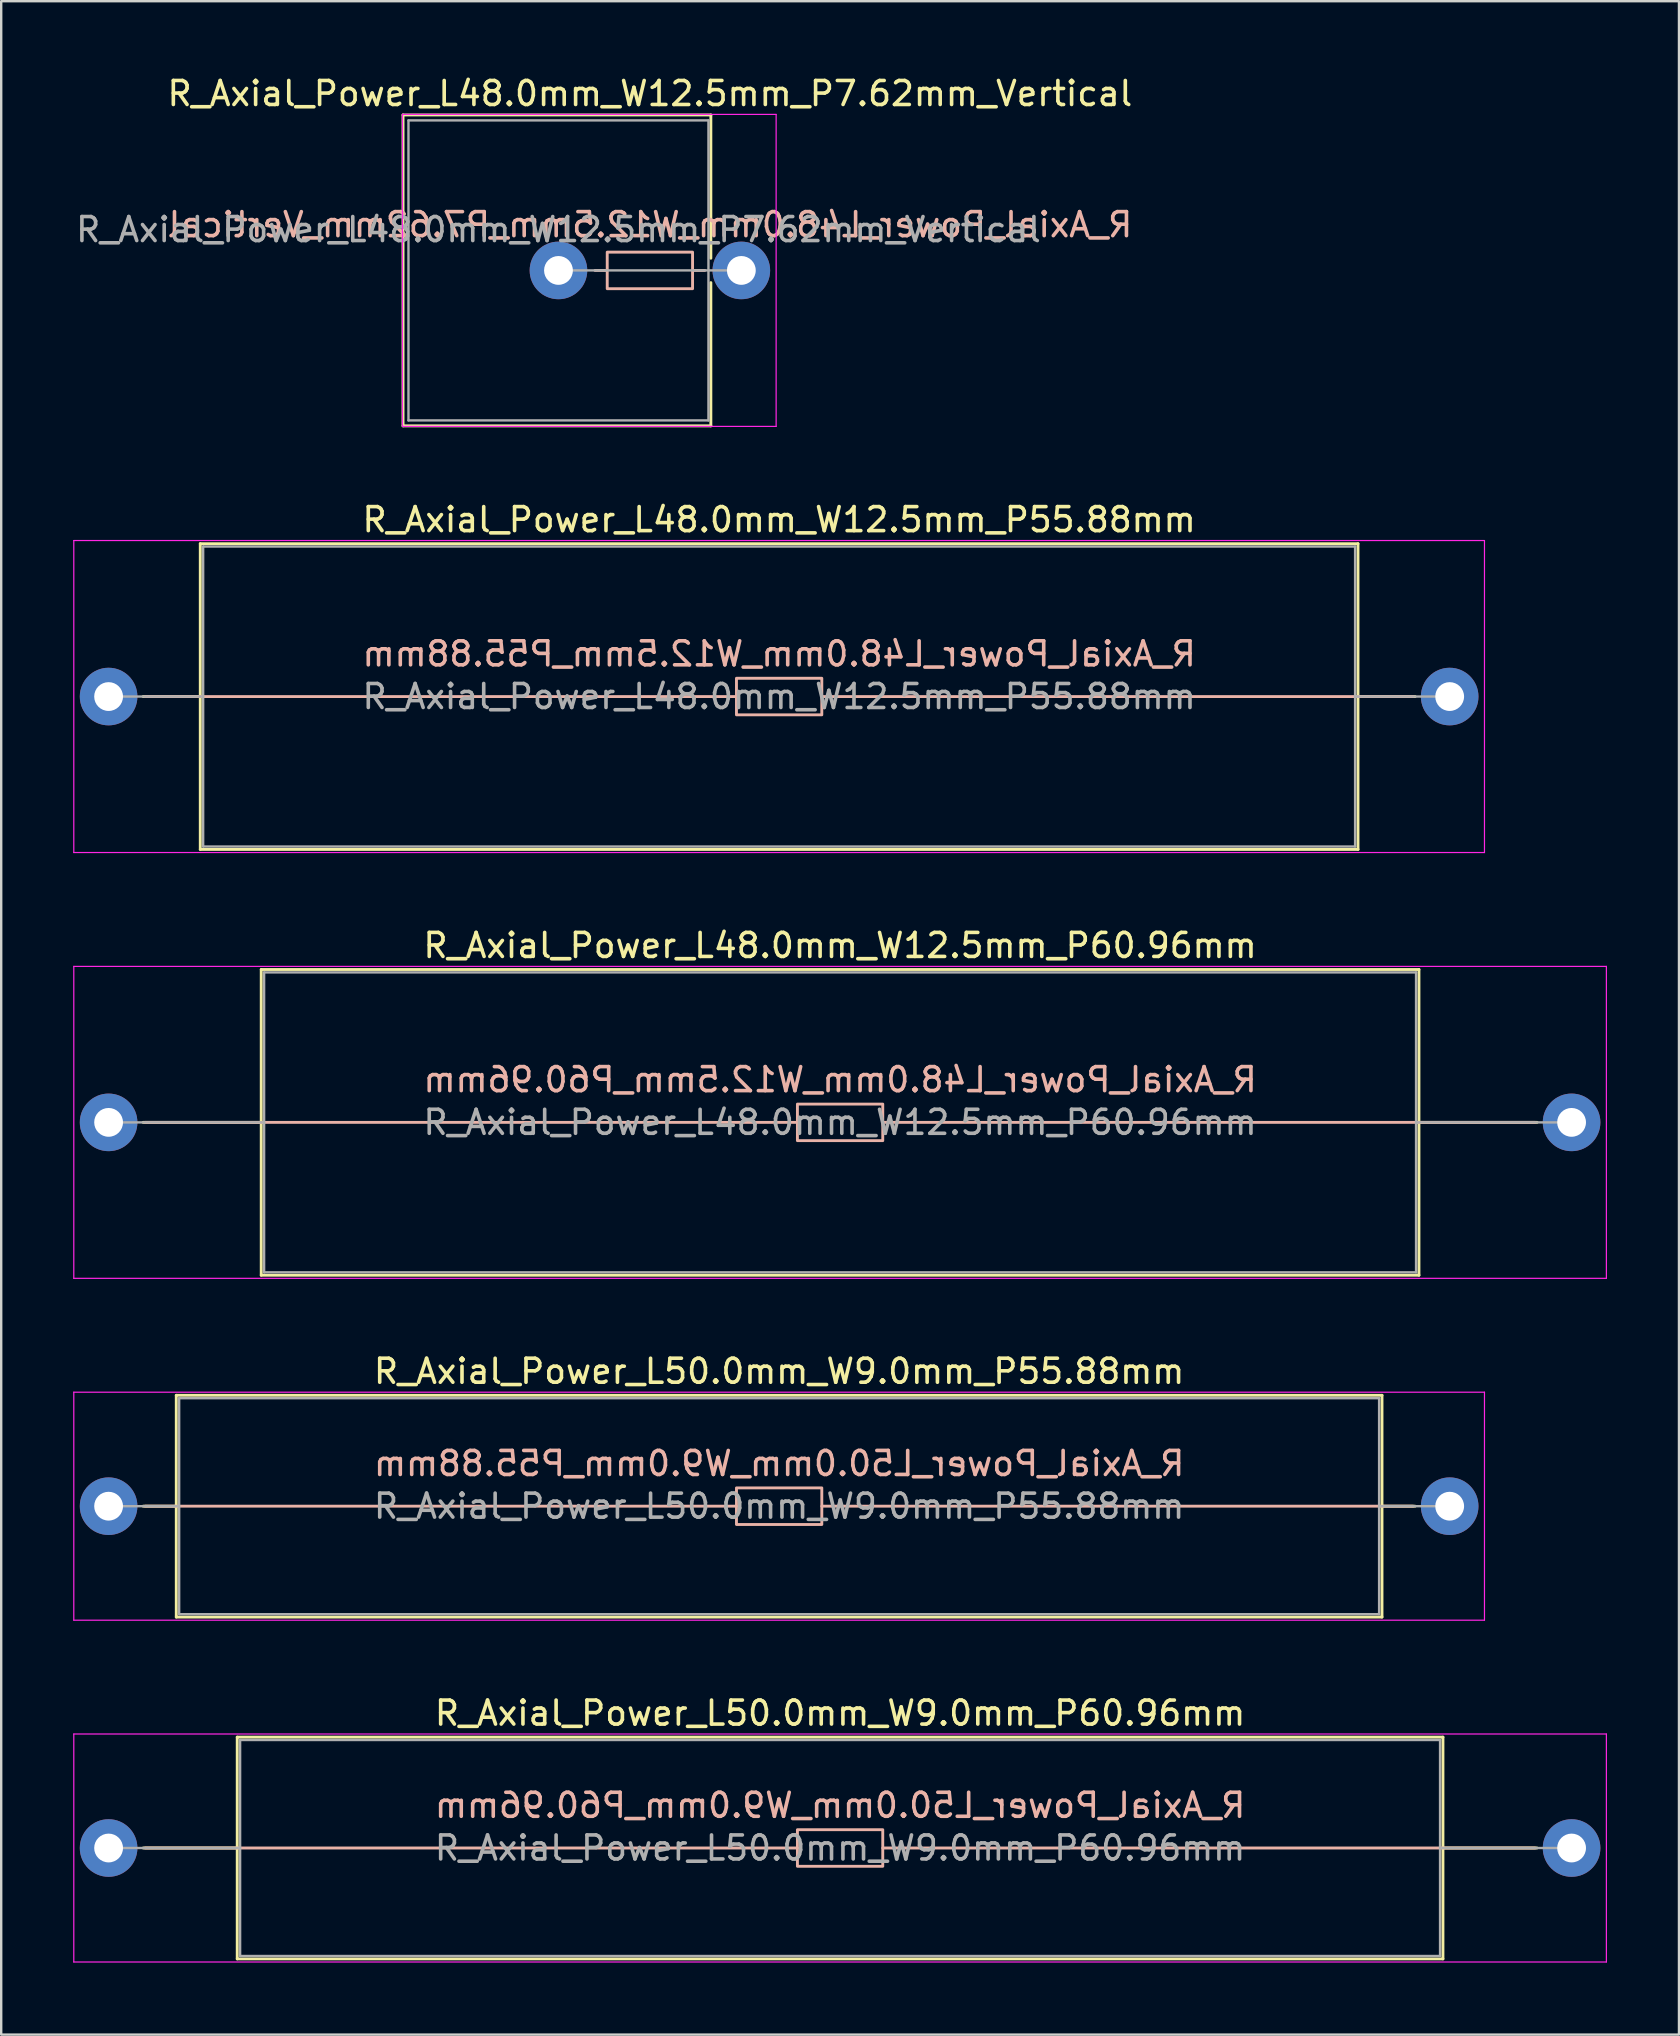
<source format=kicad_pcb>
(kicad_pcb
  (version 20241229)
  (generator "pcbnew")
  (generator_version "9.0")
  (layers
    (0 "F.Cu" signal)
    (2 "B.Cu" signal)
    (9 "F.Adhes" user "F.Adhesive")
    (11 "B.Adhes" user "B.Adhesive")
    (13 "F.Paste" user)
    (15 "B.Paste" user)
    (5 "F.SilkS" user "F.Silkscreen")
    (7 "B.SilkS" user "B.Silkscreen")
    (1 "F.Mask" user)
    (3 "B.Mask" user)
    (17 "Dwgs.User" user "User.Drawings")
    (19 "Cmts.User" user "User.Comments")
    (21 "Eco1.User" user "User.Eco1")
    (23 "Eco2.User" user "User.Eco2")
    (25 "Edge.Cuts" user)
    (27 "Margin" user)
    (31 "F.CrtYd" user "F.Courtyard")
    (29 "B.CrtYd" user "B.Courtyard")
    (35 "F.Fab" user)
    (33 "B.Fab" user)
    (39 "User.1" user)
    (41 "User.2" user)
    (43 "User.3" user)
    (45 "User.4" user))
  (footprint "R_Axial_Power_L48.0mm_W12.5mm_P55.88mm"
    (layer "F.Cu")
    (at 1.475 25.974)
    (property "Reference" "R_Axial_Power_L48.0mm_W12.5mm_P55.88mm" (at 27.94 -7.37 0) (layer "F.SilkS") (effects (font (size 1 1) (thickness 0.15))))
    (fp_line (start 1.44 0) (end 3.82 0) (stroke (width 0.12) (type solid)) (layer "F.SilkS"))
    (fp_line (start 3.82 -6.37) (end 3.82 6.37) (stroke (width 0.12) (type solid)) (layer "F.SilkS"))
    (fp_line (start 3.82 6.37) (end 52.06 6.37) (stroke (width 0.12) (type solid)) (layer "F.SilkS"))
    (fp_line (start 52.06 -6.37) (end 3.82 -6.37) (stroke (width 0.12) (type solid)) (layer "F.SilkS"))
    (fp_line (start 52.06 6.37) (end 52.06 -6.37) (stroke (width 0.12) (type solid)) (layer "F.SilkS"))
    (fp_line (start 54.44 0) (end 52.06 0) (stroke (width 0.12) (type solid)) (layer "F.SilkS"))
    (fp_line (start 26.162 0) (end 1.524 0) (stroke (width 0.12) (type solid)) (layer "B.SilkS"))
    (fp_line (start 29.718 0) (end 54.356 0) (stroke (width 0.12) (type solid)) (layer "B.SilkS"))
    (fp_rect (start 26.162 -0.762) (end 29.718 0.762) (stroke (width 0.12) (type solid)) (fill no) (layer "B.SilkS"))
    (fp_line (start -1.45 -6.5) (end -1.45 6.5) (stroke (width 0.05) (type solid)) (layer "F.CrtYd"))
    (fp_line (start -1.45 6.5) (end 57.33 6.5) (stroke (width 0.05) (type solid)) (layer "F.CrtYd"))
    (fp_line (start 57.33 -6.5) (end -1.45 -6.5) (stroke (width 0.05) (type solid)) (layer "F.CrtYd"))
    (fp_line (start 57.33 6.5) (end 57.33 -6.5) (stroke (width 0.05) (type solid)) (layer "F.CrtYd"))
    (fp_line (start 0 0) (end 3.94 0) (stroke (width 0.1) (type solid)) (layer "F.Fab"))
    (fp_line (start 3.94 -6.25) (end 3.94 6.25) (stroke (width 0.1) (type solid)) (layer "F.Fab"))
    (fp_line (start 3.94 6.25) (end 51.94 6.25) (stroke (width 0.1) (type solid)) (layer "F.Fab"))
    (fp_line (start 51.94 -6.25) (end 3.94 -6.25) (stroke (width 0.1) (type solid)) (layer "F.Fab"))
    (fp_line (start 51.94 6.25) (end 51.94 -6.25) (stroke (width 0.1) (type solid)) (layer "F.Fab"))
    (fp_line (start 55.88 0) (end 51.94 0) (stroke (width 0.1) (type solid)) (layer "F.Fab"))
    (fp_text user "${REFERENCE}" (at 27.94 -1.778 0) (layer "B.SilkS") (effects (font (size 1 1) (thickness 0.15)) (justify mirror)))
    (fp_text user "${REFERENCE}" (at 27.94 0 0) (layer "F.Fab") (effects (font (size 1 1) (thickness 0.15))))
    (pad "1" thru_hole circle (at 0 0) (size 2.4 2.4) (drill 1.2) (layers "*.Cu" "*.Mask"))
    (pad "2" thru_hole oval (at 55.88 0) (size 2.4 2.4) (drill 1.2) (layers "*.Cu" "*.Mask")))
  (footprint "R_Axial_Power_L50.0mm_W9.0mm_P60.96mm"
    (layer "F.Cu")
    (at 1.475 73.953)
    (property "Reference" "R_Axial_Power_L50.0mm_W9.0mm_P60.96mm" (at 30.48 -5.62 0) (layer "F.SilkS") (effects (font (size 1 1) (thickness 0.15))))
    (fp_line (start 1.44 0) (end 5.36 0) (stroke (width 0.12) (type solid)) (layer "F.SilkS"))
    (fp_line (start 5.36 -4.62) (end 5.36 4.62) (stroke (width 0.12) (type solid)) (layer "F.SilkS"))
    (fp_line (start 5.36 4.62) (end 55.6 4.62) (stroke (width 0.12) (type solid)) (layer "F.SilkS"))
    (fp_line (start 55.6 -4.62) (end 5.36 -4.62) (stroke (width 0.12) (type solid)) (layer "F.SilkS"))
    (fp_line (start 55.6 4.62) (end 55.6 -4.62) (stroke (width 0.12) (type solid)) (layer "F.SilkS"))
    (fp_line (start 59.52 0) (end 55.6 0) (stroke (width 0.12) (type solid)) (layer "F.SilkS"))
    (fp_line (start 28.702 0) (end 1.524 0) (stroke (width 0.12) (type solid)) (layer "B.SilkS"))
    (fp_line (start 32.258 0) (end 59.436 0) (stroke (width 0.12) (type solid)) (layer "B.SilkS"))
    (fp_rect (start 28.702 -0.762) (end 32.258 0.762) (stroke (width 0.12) (type solid)) (fill no) (layer "B.SilkS"))
    (fp_line (start -1.45 -4.75) (end -1.45 4.75) (stroke (width 0.05) (type solid)) (layer "F.CrtYd"))
    (fp_line (start -1.45 4.75) (end 62.41 4.75) (stroke (width 0.05) (type solid)) (layer "F.CrtYd"))
    (fp_line (start 62.41 -4.75) (end -1.45 -4.75) (stroke (width 0.05) (type solid)) (layer "F.CrtYd"))
    (fp_line (start 62.41 4.75) (end 62.41 -4.75) (stroke (width 0.05) (type solid)) (layer "F.CrtYd"))
    (fp_line (start 0 0) (end 5.48 0) (stroke (width 0.1) (type solid)) (layer "F.Fab"))
    (fp_line (start 5.48 -4.5) (end 5.48 4.5) (stroke (width 0.1) (type solid)) (layer "F.Fab"))
    (fp_line (start 5.48 4.5) (end 55.48 4.5) (stroke (width 0.1) (type solid)) (layer "F.Fab"))
    (fp_line (start 55.48 -4.5) (end 5.48 -4.5) (stroke (width 0.1) (type solid)) (layer "F.Fab"))
    (fp_line (start 55.48 4.5) (end 55.48 -4.5) (stroke (width 0.1) (type solid)) (layer "F.Fab"))
    (fp_line (start 60.96 0) (end 55.48 0) (stroke (width 0.1) (type solid)) (layer "F.Fab"))
    (fp_text user "${REFERENCE}" (at 30.48 -1.778 0) (layer "B.SilkS") (effects (font (size 1 1) (thickness 0.15)) (justify mirror)))
    (fp_text user "${REFERENCE}" (at 30.48 0 0) (layer "F.Fab") (effects (font (size 1 1) (thickness 0.15))))
    (pad "1" thru_hole circle (at 0 0) (size 2.4 2.4) (drill 1.2) (layers "*.Cu" "*.Mask"))
    (pad "2" thru_hole oval (at 60.96 0) (size 2.4 2.4) (drill 1.2) (layers "*.Cu" "*.Mask")))
  (footprint "R_Axial_Power_L48.0mm_W12.5mm_P7.62mm_Vertical"
    (layer "F.Cu")
    (at 20.22 8.218)
    (property "Reference" "R_Axial_Power_L48.0mm_W12.5mm_P7.62mm_Vertical" (at 3.81 -7.37 0) (layer "F.SilkS") (effects (font (size 1 1) (thickness 0.15))))
    (fp_line (start -6.477 -6.477) (end -6.477 6.477) (stroke (width 0.12) (type solid)) (layer "F.SilkS"))
    (fp_line (start -6.477 6.477) (end 6.35 6.477) (stroke (width 0.12) (type solid)) (layer "F.SilkS"))
    (fp_line (start 6.35 -6.477) (end -6.477 -6.477) (stroke (width 0.12) (type solid)) (layer "F.SilkS"))
    (fp_line (start 6.35 -0.508) (end 6.35 -6.477) (stroke (width 0.12) (type solid)) (layer "F.SilkS"))
    (fp_line (start 6.35 6.477) (end 6.35 0.508) (stroke (width 0.12) (type solid)) (layer "F.SilkS"))
    (fp_line (start 2.032 0) (end 1.524 0) (stroke (width 0.12) (type solid)) (layer "B.SilkS"))
    (fp_line (start 5.588 0) (end 6.096 0) (stroke (width 0.12) (type solid)) (layer "B.SilkS"))
    (fp_rect (start 2.032 -0.762) (end 5.588 0.762) (stroke (width 0.12) (type solid)) (fill no) (layer "B.SilkS"))
    (fp_line (start -6.5 -6.5) (end -6.5 6.5) (stroke (width 0.05) (type solid)) (layer "F.CrtYd"))
    (fp_line (start -6.5 6.5) (end 9.07 6.5) (stroke (width 0.05) (type solid)) (layer "F.CrtYd"))
    (fp_line (start 9.07 -6.5) (end -6.5 -6.5) (stroke (width 0.05) (type solid)) (layer "F.CrtYd"))
    (fp_line (start 9.07 6.5) (end 9.07 -6.5) (stroke (width 0.05) (type solid)) (layer "F.CrtYd"))
    (fp_line (start -6.25 -6.25) (end -6.25 6.25) (stroke (width 0.1) (type solid)) (layer "F.Fab"))
    (fp_line (start -6.25 6.25) (end 6.25 6.25) (stroke (width 0.1) (type solid)) (layer "F.Fab"))
    (fp_line (start 0 0) (end 7.62 0) (stroke (width 0.1) (type solid)) (layer "F.Fab"))
    (fp_line (start 6.25 -6.25) (end -6.25 -6.25) (stroke (width 0.1) (type solid)) (layer "F.Fab"))
    (fp_line (start 6.25 6.25) (end 6.25 -6.25) (stroke (width 0.1) (type solid)) (layer "F.Fab"))
    (fp_text user "${REFERENCE}" (at 3.81 -1.905 0) (layer "B.SilkS") (effects (font (size 1 1) (thickness 0.15)) (justify mirror)))
    (fp_text user "${REFERENCE}" (at 0 -1.7 0) (layer "F.Fab") (effects (font (size 1 1) (thickness 0.15))))
    (pad "1" thru_hole circle (at 0 0) (size 2.4 2.4) (drill 1.2) (layers "*.Cu" "*.Mask"))
    (pad "2" thru_hole oval (at 7.62 0) (size 2.4 2.4) (drill 1.2) (layers "*.Cu" "*.Mask")))
  (footprint "R_Axial_Power_L48.0mm_W12.5mm_P60.96mm"
    (layer "F.Cu")
    (at 1.475 43.717)
    (property "Reference" "R_Axial_Power_L48.0mm_W12.5mm_P60.96mm" (at 30.48 -7.37 0) (layer "F.SilkS") (effects (font (size 1 1) (thickness 0.15))))
    (fp_line (start 1.44 0) (end 6.36 0) (stroke (width 0.12) (type solid)) (layer "F.SilkS"))
    (fp_line (start 6.36 -6.37) (end 6.36 6.37) (stroke (width 0.12) (type solid)) (layer "F.SilkS"))
    (fp_line (start 6.36 6.37) (end 54.6 6.37) (stroke (width 0.12) (type solid)) (layer "F.SilkS"))
    (fp_line (start 54.6 -6.37) (end 6.36 -6.37) (stroke (width 0.12) (type solid)) (layer "F.SilkS"))
    (fp_line (start 54.6 6.37) (end 54.6 -6.37) (stroke (width 0.12) (type solid)) (layer "F.SilkS"))
    (fp_line (start 59.52 0) (end 54.6 0) (stroke (width 0.12) (type solid)) (layer "F.SilkS"))
    (fp_line (start 28.702 0) (end 1.524 0) (stroke (width 0.12) (type solid)) (layer "B.SilkS"))
    (fp_line (start 32.258 0) (end 59.436 0) (stroke (width 0.12) (type solid)) (layer "B.SilkS"))
    (fp_rect (start 28.702 -0.762) (end 32.258 0.762) (stroke (width 0.12) (type solid)) (fill no) (layer "B.SilkS"))
    (fp_line (start -1.45 -6.5) (end -1.45 6.5) (stroke (width 0.05) (type solid)) (layer "F.CrtYd"))
    (fp_line (start -1.45 6.5) (end 62.41 6.5) (stroke (width 0.05) (type solid)) (layer "F.CrtYd"))
    (fp_line (start 62.41 -6.5) (end -1.45 -6.5) (stroke (width 0.05) (type solid)) (layer "F.CrtYd"))
    (fp_line (start 62.41 6.5) (end 62.41 -6.5) (stroke (width 0.05) (type solid)) (layer "F.CrtYd"))
    (fp_line (start 0 0) (end 6.48 0) (stroke (width 0.1) (type solid)) (layer "F.Fab"))
    (fp_line (start 6.48 -6.25) (end 6.48 6.25) (stroke (width 0.1) (type solid)) (layer "F.Fab"))
    (fp_line (start 6.48 6.25) (end 54.48 6.25) (stroke (width 0.1) (type solid)) (layer "F.Fab"))
    (fp_line (start 54.48 -6.25) (end 6.48 -6.25) (stroke (width 0.1) (type solid)) (layer "F.Fab"))
    (fp_line (start 54.48 6.25) (end 54.48 -6.25) (stroke (width 0.1) (type solid)) (layer "F.Fab"))
    (fp_line (start 60.96 0) (end 54.48 0) (stroke (width 0.1) (type solid)) (layer "F.Fab"))
    (fp_text user "${REFERENCE}" (at 30.48 -1.778 0) (layer "B.SilkS") (effects (font (size 1 1) (thickness 0.15)) (justify mirror)))
    (fp_text user "${REFERENCE}" (at 30.48 0 0) (layer "F.Fab") (effects (font (size 1 1) (thickness 0.15))))
    (pad "1" thru_hole circle (at 0 0) (size 2.4 2.4) (drill 1.2) (layers "*.Cu" "*.Mask"))
    (pad "2" thru_hole oval (at 60.96 0) (size 2.4 2.4) (drill 1.2) (layers "*.Cu" "*.Mask")))
  (footprint "R_Axial_Power_L50.0mm_W9.0mm_P55.88mm"
    (layer "F.Cu")
    (at 1.475 59.71)
    (property "Reference" "R_Axial_Power_L50.0mm_W9.0mm_P55.88mm" (at 27.94 -5.62 0) (layer "F.SilkS") (effects (font (size 1 1) (thickness 0.15))))
    (fp_line (start 1.44 0) (end 2.82 0) (stroke (width 0.12) (type solid)) (layer "F.SilkS"))
    (fp_line (start 2.82 -4.62) (end 2.82 4.62) (stroke (width 0.12) (type solid)) (layer "F.SilkS"))
    (fp_line (start 2.82 4.62) (end 53.06 4.62) (stroke (width 0.12) (type solid)) (layer "F.SilkS"))
    (fp_line (start 53.06 -4.62) (end 2.82 -4.62) (stroke (width 0.12) (type solid)) (layer "F.SilkS"))
    (fp_line (start 53.06 4.62) (end 53.06 -4.62) (stroke (width 0.12) (type solid)) (layer "F.SilkS"))
    (fp_line (start 54.44 0) (end 53.06 0) (stroke (width 0.12) (type solid)) (layer "F.SilkS"))
    (fp_line (start 26.162 0) (end 1.524 0) (stroke (width 0.12) (type solid)) (layer "B.SilkS"))
    (fp_line (start 29.718 0) (end 54.356 0) (stroke (width 0.12) (type solid)) (layer "B.SilkS"))
    (fp_rect (start 26.162 -0.762) (end 29.718 0.762) (stroke (width 0.12) (type solid)) (fill no) (layer "B.SilkS"))
    (fp_line (start -1.45 -4.75) (end -1.45 4.75) (stroke (width 0.05) (type solid)) (layer "F.CrtYd"))
    (fp_line (start -1.45 4.75) (end 57.33 4.75) (stroke (width 0.05) (type solid)) (layer "F.CrtYd"))
    (fp_line (start 57.33 -4.75) (end -1.45 -4.75) (stroke (width 0.05) (type solid)) (layer "F.CrtYd"))
    (fp_line (start 57.33 4.75) (end 57.33 -4.75) (stroke (width 0.05) (type solid)) (layer "F.CrtYd"))
    (fp_line (start 0 0) (end 2.94 0) (stroke (width 0.1) (type solid)) (layer "F.Fab"))
    (fp_line (start 2.94 -4.5) (end 2.94 4.5) (stroke (width 0.1) (type solid)) (layer "F.Fab"))
    (fp_line (start 2.94 4.5) (end 52.94 4.5) (stroke (width 0.1) (type solid)) (layer "F.Fab"))
    (fp_line (start 52.94 -4.5) (end 2.94 -4.5) (stroke (width 0.1) (type solid)) (layer "F.Fab"))
    (fp_line (start 52.94 4.5) (end 52.94 -4.5) (stroke (width 0.1) (type solid)) (layer "F.Fab"))
    (fp_line (start 55.88 0) (end 52.94 0) (stroke (width 0.1) (type solid)) (layer "F.Fab"))
    (fp_text user "${REFERENCE}" (at 27.94 -1.778 0) (layer "B.SilkS") (effects (font (size 1 1) (thickness 0.15)) (justify mirror)))
    (fp_text user "${REFERENCE}" (at 27.94 0 0) (layer "F.Fab") (effects (font (size 1 1) (thickness 0.15))))
    (pad "1" thru_hole circle (at 0 0) (size 2.4 2.4) (drill 1.2) (layers "*.Cu" "*.Mask"))
    (pad "2" thru_hole oval (at 55.88 0) (size 2.4 2.4) (drill 1.2) (layers "*.Cu" "*.Mask")))
  (gr_rect
    (start -3 -3)
    (end 66.91 81.728)
    (stroke (width 0.1) (type default))
    (fill no)
    (layer "Edge.Cuts")))
</source>
